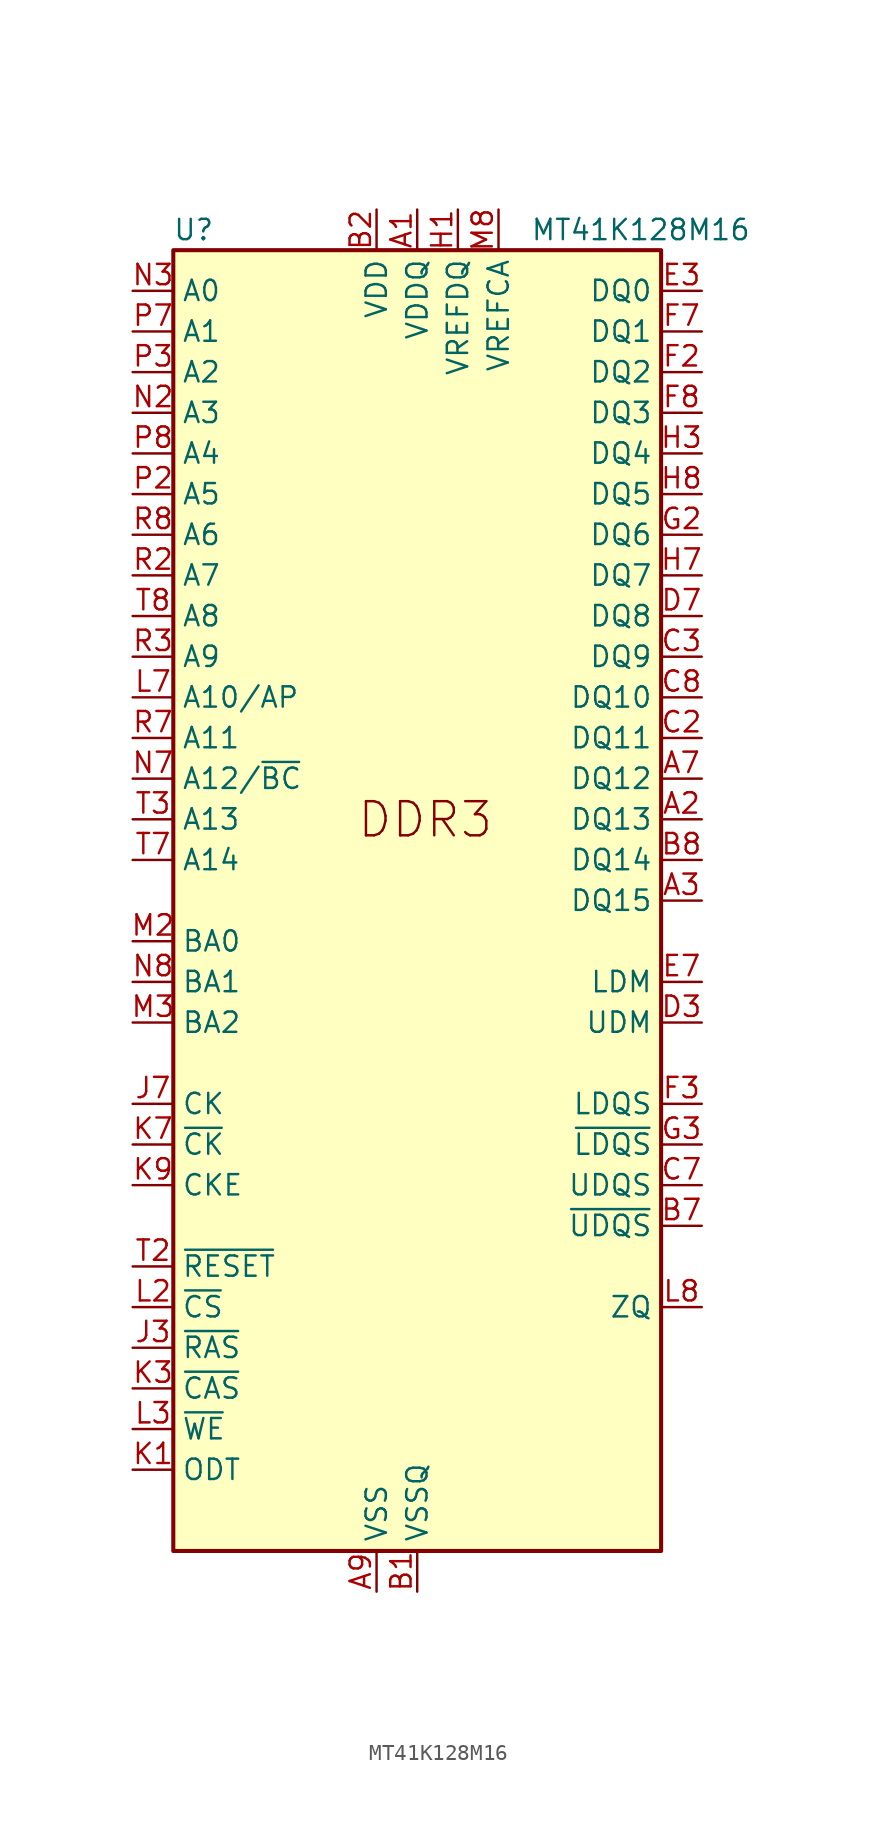
<source format=kicad_sym>
(kicad_symbol_lib
  (version 20211014)
  (generator kicad_symbol_editor)
  (symbol "MT41K128M16"
    (property "Reference" "U"
      (at -13.97 41.91 0)
      (effects (font (size 1.27 1.27))))
    (property "Value" "MT41K128M16"
      (at 13.97 41.91 0)
      (effects (font (size 1.27 1.27))))
    (symbol "MT41K128M16_0_1"
      (rectangle (start -15.24 -40.64) (end 15.24 40.64) (stroke (width 0.254) (type default) (color 0 0 0 0)) (fill (type background)))
      (pin power_in line (at 0 43.18 270) (length 2.54) (name "VDDQ" (effects (font (size 1.27 1.27)))) (number "A1" (effects (font (size 1.27 1.27)))))
      (pin passive line (at 0 43.18 270) (length 2.54) hide (name "VDDQ" (effects (font (size 1.27 1.27)))) (number "A8" (effects (font (size 1.27 1.27)))))
      (pin power_in line (at -2.54 -43.18 90) (length 2.54) (name "VSS" (effects (font (size 1.27 1.27)))) (number "A9" (effects (font (size 1.27 1.27)))))
      (pin power_in line (at 0 -43.18 90) (length 2.54) (name "VSSQ" (effects (font (size 1.27 1.27)))) (number "B1" (effects (font (size 1.27 1.27)))))
      (pin power_in line (at -2.54 43.18 270) (length 2.54) (name "VDD" (effects (font (size 1.27 1.27)))) (number "B2" (effects (font (size 1.27 1.27)))))
      (pin passive line (at -2.54 -43.18 90) (length 2.54) hide (name "VSS" (effects (font (size 1.27 1.27)))) (number "B3" (effects (font (size 1.27 1.27)))))
      (pin passive line (at 0 -43.18 90) (length 2.54) hide (name "VSSQ" (effects (font (size 1.27 1.27)))) (number "B9" (effects (font (size 1.27 1.27)))))
      (pin passive line (at 0 43.18 270) (length 2.54) hide (name "VDDQ" (effects (font (size 1.27 1.27)))) (number "C1" (effects (font (size 1.27 1.27)))))
      (pin passive line (at 0 43.18 270) (length 2.54) hide (name "VDDQ" (effects (font (size 1.27 1.27)))) (number "C9" (effects (font (size 1.27 1.27)))))
      (pin passive line (at 0 -43.18 90) (length 2.54) hide (name "VSSQ" (effects (font (size 1.27 1.27)))) (number "D1" (effects (font (size 1.27 1.27)))))
      (pin passive line (at 0 43.18 270) (length 2.54) hide (name "VDDQ" (effects (font (size 1.27 1.27)))) (number "D2" (effects (font (size 1.27 1.27)))))
      (pin passive line (at 0 -43.18 90) (length 2.54) hide (name "VSSQ" (effects (font (size 1.27 1.27)))) (number "D8" (effects (font (size 1.27 1.27)))))
      (pin passive line (at -2.54 43.18 270) (length 2.54) hide (name "VDD" (effects (font (size 1.27 1.27)))) (number "D9" (effects (font (size 1.27 1.27)))))
      (pin passive line (at -2.54 -43.18 90) (length 2.54) hide (name "VSS" (effects (font (size 1.27 1.27)))) (number "E1" (effects (font (size 1.27 1.27)))))
      (pin passive line (at 0 -43.18 90) (length 2.54) hide (name "VSSQ" (effects (font (size 1.27 1.27)))) (number "E2" (effects (font (size 1.27 1.27)))))
      (pin bidirectional line (at 17.78 38.1 180) (length 2.54) (name "DQ0" (effects (font (size 1.27 1.27)))) (number "E3" (effects (font (size 1.27 1.27)))))
      (pin passive line (at 0 -43.18 90) (length 2.54) hide (name "VSSQ" (effects (font (size 1.27 1.27)))) (number "E8" (effects (font (size 1.27 1.27)))))
      (pin passive line (at 0 43.18 270) (length 2.54) hide (name "VDDQ" (effects (font (size 1.27 1.27)))) (number "E9" (effects (font (size 1.27 1.27)))))
      (pin passive line (at 0 43.18 270) (length 2.54) hide (name "VDDQ" (effects (font (size 1.27 1.27)))) (number "F1" (effects (font (size 1.27 1.27)))))
      (pin bidirectional line (at 17.78 33.02 180) (length 2.54) (name "DQ2" (effects (font (size 1.27 1.27)))) (number "F2" (effects (font (size 1.27 1.27)))))
      (pin bidirectional line (at 17.78 35.56 180) (length 2.54) (name "DQ1" (effects (font (size 1.27 1.27)))) (number "F7" (effects (font (size 1.27 1.27)))))
      (pin bidirectional line (at 17.78 30.48 180) (length 2.54) (name "DQ3" (effects (font (size 1.27 1.27)))) (number "F8" (effects (font (size 1.27 1.27)))))
      (pin passive line (at 0 -43.18 90) (length 2.54) hide (name "VSSQ" (effects (font (size 1.27 1.27)))) (number "F9" (effects (font (size 1.27 1.27)))))
      (pin passive line (at 0 -43.18 90) (length 2.54) hide (name "VSSQ" (effects (font (size 1.27 1.27)))) (number "G1" (effects (font (size 1.27 1.27)))))
      (pin bidirectional line (at 17.78 22.86 180) (length 2.54) (name "DQ6" (effects (font (size 1.27 1.27)))) (number "G2" (effects (font (size 1.27 1.27)))))
      (pin passive line (at -2.54 43.18 270) (length 2.54) hide (name "VDD" (effects (font (size 1.27 1.27)))) (number "G7" (effects (font (size 1.27 1.27)))))
      (pin passive line (at -2.54 -43.18 90) (length 2.54) hide (name "VSS" (effects (font (size 1.27 1.27)))) (number "G8" (effects (font (size 1.27 1.27)))))
      (pin passive line (at 0 -43.18 90) (length 2.54) hide (name "VSSQ" (effects (font (size 1.27 1.27)))) (number "G9" (effects (font (size 1.27 1.27)))))
      (pin power_in line (at 2.54 43.18 270) (length 2.54) (name "VREFDQ" (effects (font (size 1.27 1.27)))) (number "H1" (effects (font (size 1.27 1.27)))))
      (pin passive line (at 0 43.18 270) (length 2.54) hide (name "VDDQ" (effects (font (size 1.27 1.27)))) (number "H2" (effects (font (size 1.27 1.27)))))
      (pin bidirectional line (at 17.78 27.94 180) (length 2.54) (name "DQ4" (effects (font (size 1.27 1.27)))) (number "H3" (effects (font (size 1.27 1.27)))))
      (pin bidirectional line (at 17.78 20.32 180) (length 2.54) (name "DQ7" (effects (font (size 1.27 1.27)))) (number "H7" (effects (font (size 1.27 1.27)))))
      (pin bidirectional line (at 17.78 25.4 180) (length 2.54) (name "DQ5" (effects (font (size 1.27 1.27)))) (number "H8" (effects (font (size 1.27 1.27)))))
      (pin passive line (at 0 43.18 270) (length 2.54) hide (name "VDDQ" (effects (font (size 1.27 1.27)))) (number "H9" (effects (font (size 1.27 1.27)))))
      (pin passive line (at -2.54 -43.18 90) (length 2.54) hide (name "VSS" (effects (font (size 1.27 1.27)))) (number "J2" (effects (font (size 1.27 1.27)))))
      (pin passive line (at -2.54 -43.18 90) (length 2.54) hide (name "VSS" (effects (font (size 1.27 1.27)))) (number "J8" (effects (font (size 1.27 1.27)))))
      (pin passive line (at -2.54 43.18 270) (length 2.54) hide (name "VDD" (effects (font (size 1.27 1.27)))) (number "K2" (effects (font (size 1.27 1.27)))))
      (pin passive line (at -2.54 43.18 270) (length 2.54) hide (name "VDD" (effects (font (size 1.27 1.27)))) (number "K8" (effects (font (size 1.27 1.27)))))
      (pin input line (at -17.78 -25.4 0) (length 2.54) (name "~{CS}" (effects (font (size 1.27 1.27)))) (number "L2" (effects (font (size 1.27 1.27)))))
      (pin input line (at -17.78 12.7 0) (length 2.54) (name "A10/AP" (effects (font (size 1.27 1.27)))) (number "L7" (effects (font (size 1.27 1.27)))))
      (pin passive line (at -2.54 -43.18 90) (length 2.54) hide (name "VSS" (effects (font (size 1.27 1.27)))) (number "M1" (effects (font (size 1.27 1.27)))))
      (pin passive line (at -2.54 -43.18 90) (length 2.54) hide (name "VSS" (effects (font (size 1.27 1.27)))) (number "M9" (effects (font (size 1.27 1.27)))))
      (pin passive line (at -2.54 43.18 270) (length 2.54) hide (name "VDD" (effects (font (size 1.27 1.27)))) (number "N1" (effects (font (size 1.27 1.27)))))
      (pin input line (at -17.78 30.48 0) (length 2.54) (name "A3" (effects (font (size 1.27 1.27)))) (number "N2" (effects (font (size 1.27 1.27)))))
      (pin input line (at -17.78 38.1 0) (length 2.54) (name "A0" (effects (font (size 1.27 1.27)))) (number "N3" (effects (font (size 1.27 1.27)))))
      (pin input line (at -17.78 7.62 0) (length 2.54) (name "A12/~{BC}" (effects (font (size 1.27 1.27)))) (number "N7" (effects (font (size 1.27 1.27)))))
      (pin passive line (at -2.54 43.18 270) (length 2.54) hide (name "VDD" (effects (font (size 1.27 1.27)))) (number "N9" (effects (font (size 1.27 1.27)))))
      (pin passive line (at -2.54 -43.18 90) (length 2.54) hide (name "VSS" (effects (font (size 1.27 1.27)))) (number "P1" (effects (font (size 1.27 1.27)))))
      (pin input line (at -17.78 25.4 0) (length 2.54) (name "A5" (effects (font (size 1.27 1.27)))) (number "P2" (effects (font (size 1.27 1.27)))))
      (pin input line (at -17.78 33.02 0) (length 2.54) (name "A2" (effects (font (size 1.27 1.27)))) (number "P3" (effects (font (size 1.27 1.27)))))
      (pin input line (at -17.78 35.56 0) (length 2.54) (name "A1" (effects (font (size 1.27 1.27)))) (number "P7" (effects (font (size 1.27 1.27)))))
      (pin input line (at -17.78 27.94 0) (length 2.54) (name "A4" (effects (font (size 1.27 1.27)))) (number "P8" (effects (font (size 1.27 1.27)))))
      (pin passive line (at -2.54 -43.18 90) (length 2.54) hide (name "VSS" (effects (font (size 1.27 1.27)))) (number "P9" (effects (font (size 1.27 1.27)))))
      (pin passive line (at -2.54 43.18 270) (length 2.54) hide (name "VDD" (effects (font (size 1.27 1.27)))) (number "R1" (effects (font (size 1.27 1.27)))))
      (pin input line (at -17.78 20.32 0) (length 2.54) (name "A7" (effects (font (size 1.27 1.27)))) (number "R2" (effects (font (size 1.27 1.27)))))
      (pin input line (at -17.78 15.24 0) (length 2.54) (name "A9" (effects (font (size 1.27 1.27)))) (number "R3" (effects (font (size 1.27 1.27)))))
      (pin input line (at -17.78 10.16 0) (length 2.54) (name "A11" (effects (font (size 1.27 1.27)))) (number "R7" (effects (font (size 1.27 1.27)))))
      (pin input line (at -17.78 22.86 0) (length 2.54) (name "A6" (effects (font (size 1.27 1.27)))) (number "R8" (effects (font (size 1.27 1.27)))))
      (pin passive line (at -2.54 43.18 270) (length 2.54) hide (name "VDD" (effects (font (size 1.27 1.27)))) (number "R9" (effects (font (size 1.27 1.27)))))
      (pin passive line (at -2.54 -43.18 90) (length 2.54) hide (name "VSS" (effects (font (size 1.27 1.27)))) (number "T1" (effects (font (size 1.27 1.27)))))
      (pin input line (at -17.78 -22.86 0) (length 2.54) (name "~{RESET}" (effects (font (size 1.27 1.27)))) (number "T2" (effects (font (size 1.27 1.27)))))
      (pin input line (at -17.78 5.08 0) (length 2.54) (name "A13" (effects (font (size 1.27 1.27)))) (number "T3" (effects (font (size 1.27 1.27)))))
      (pin input line (at -17.78 2.54 0) (length 2.54) (name "A14" (effects (font (size 1.27 1.27)))) (number "T7" (effects (font (size 1.27 1.27)))))
      (pin input line (at -17.78 17.78 0) (length 2.54) (name "A8" (effects (font (size 1.27 1.27)))) (number "T8" (effects (font (size 1.27 1.27)))))
      (pin passive line (at -2.54 -43.18 90) (length 2.54) hide (name "VSS" (effects (font (size 1.27 1.27)))) (number "T9" (effects (font (size 1.27 1.27))))))
    (symbol "MT41K128M16_1_1"
      (text "DDR3" (at -3.81 3.81 0) (effects (font (size 2.134 2.134)) (justify left bottom)))
      (pin bidirectional line (at 17.78 5.08 180) (length 2.54) (name "DQ13" (effects (font (size 1.27 1.27)))) (number "A2" (effects (font (size 1.27 1.27)))))
      (pin bidirectional line (at 17.78 0 180) (length 2.54) (name "DQ15" (effects (font (size 1.27 1.27)))) (number "A3" (effects (font (size 1.27 1.27)))))
      (pin bidirectional line (at 17.78 7.62 180) (length 2.54) (name "DQ12" (effects (font (size 1.27 1.27)))) (number "A7" (effects (font (size 1.27 1.27)))))
      (pin bidirectional line (at 17.78 -20.32 180) (length 2.54) (name "~{UDQS}" (effects (font (size 1.27 1.27)))) (number "B7" (effects (font (size 1.27 1.27)))))
      (pin bidirectional line (at 17.78 2.54 180) (length 2.54) (name "DQ14" (effects (font (size 1.27 1.27)))) (number "B8" (effects (font (size 1.27 1.27)))))
      (pin bidirectional line (at 17.78 10.16 180) (length 2.54) (name "DQ11" (effects (font (size 1.27 1.27)))) (number "C2" (effects (font (size 1.27 1.27)))))
      (pin bidirectional line (at 17.78 15.24 180) (length 2.54) (name "DQ9" (effects (font (size 1.27 1.27)))) (number "C3" (effects (font (size 1.27 1.27)))))
      (pin bidirectional line (at 17.78 -17.78 180) (length 2.54) (name "UDQS" (effects (font (size 1.27 1.27)))) (number "C7" (effects (font (size 1.27 1.27)))))
      (pin bidirectional line (at 17.78 12.7 180) (length 2.54) (name "DQ10" (effects (font (size 1.27 1.27)))) (number "C8" (effects (font (size 1.27 1.27)))))
      (pin input line (at 17.78 -7.62 180) (length 2.54) (name "UDM" (effects (font (size 1.27 1.27)))) (number "D3" (effects (font (size 1.27 1.27)))))
      (pin bidirectional line (at 17.78 17.78 180) (length 2.54) (name "DQ8" (effects (font (size 1.27 1.27)))) (number "D7" (effects (font (size 1.27 1.27)))))
      (pin input line (at 17.78 -5.08 180) (length 2.54) (name "LDM" (effects (font (size 1.27 1.27)))) (number "E7" (effects (font (size 1.27 1.27)))))
      (pin bidirectional line (at 17.78 -12.7 180) (length 2.54) (name "LDQS" (effects (font (size 1.27 1.27)))) (number "F3" (effects (font (size 1.27 1.27)))))
      (pin bidirectional line (at 17.78 -15.24 180) (length 2.54) (name "~{LDQS}" (effects (font (size 1.27 1.27)))) (number "G3" (effects (font (size 1.27 1.27)))))
      (pin no_connect line (at 15.24 -27.94 180) (length 2.54) hide (name "NC" (effects (font (size 1.27 1.27)))) (number "J1" (effects (font (size 1.27 1.27)))))
      (pin input line (at -17.78 -27.94 0) (length 2.54) (name "~{RAS}" (effects (font (size 1.27 1.27)))) (number "J3" (effects (font (size 1.27 1.27)))))
      (pin input line (at -17.78 -12.7 0) (length 2.54) (name "CK" (effects (font (size 1.27 1.27)))) (number "J7" (effects (font (size 1.27 1.27)))))
      (pin no_connect line (at 15.24 -30.48 180) (length 2.54) hide (name "NC" (effects (font (size 1.27 1.27)))) (number "J9" (effects (font (size 1.27 1.27)))))
      (pin input line (at -17.78 -35.56 0) (length 2.54) (name "ODT" (effects (font (size 1.27 1.27)))) (number "K1" (effects (font (size 1.27 1.27)))))
      (pin input line (at -17.78 -30.48 0) (length 2.54) (name "~{CAS}" (effects (font (size 1.27 1.27)))) (number "K3" (effects (font (size 1.27 1.27)))))
      (pin input line (at -17.78 -15.24 0) (length 2.54) (name "~{CK}" (effects (font (size 1.27 1.27)))) (number "K7" (effects (font (size 1.27 1.27)))))
      (pin input line (at -17.78 -17.78 0) (length 2.54) (name "CKE" (effects (font (size 1.27 1.27)))) (number "K9" (effects (font (size 1.27 1.27)))))
      (pin no_connect line (at 15.24 -33.02 180) (length 2.54) hide (name "NC" (effects (font (size 1.27 1.27)))) (number "L1" (effects (font (size 1.27 1.27)))))
      (pin input line (at -17.78 -33.02 0) (length 2.54) (name "~{WE}" (effects (font (size 1.27 1.27)))) (number "L3" (effects (font (size 1.27 1.27)))))
      (pin input line (at 17.78 -25.4 180) (length 2.54) (name "ZQ" (effects (font (size 1.27 1.27)))) (number "L8" (effects (font (size 1.27 1.27)))))
      (pin no_connect line (at 15.24 -35.56 180) (length 2.54) hide (name "NC" (effects (font (size 1.27 1.27)))) (number "L9" (effects (font (size 1.27 1.27)))))
      (pin input line (at -17.78 -2.54 0) (length 2.54) (name "BA0" (effects (font (size 1.27 1.27)))) (number "M2" (effects (font (size 1.27 1.27)))))
      (pin input line (at -17.78 -7.62 0) (length 2.54) (name "BA2" (effects (font (size 1.27 1.27)))) (number "M3" (effects (font (size 1.27 1.27)))))
      (pin no_connect line (at 15.24 -38.1 180) (length 2.54) hide (name "NC" (effects (font (size 1.27 1.27)))) (number "M7" (effects (font (size 1.27 1.27)))))
      (pin power_in line (at 5.08 43.18 270) (length 2.54) (name "VREFCA" (effects (font (size 1.27 1.27)))) (number "M8" (effects (font (size 1.27 1.27)))))
      (pin input line (at -17.78 -5.08 0) (length 2.54) (name "BA1" (effects (font (size 1.27 1.27)))) (number "N8" (effects (font (size 1.27 1.27))))))))
</source>
